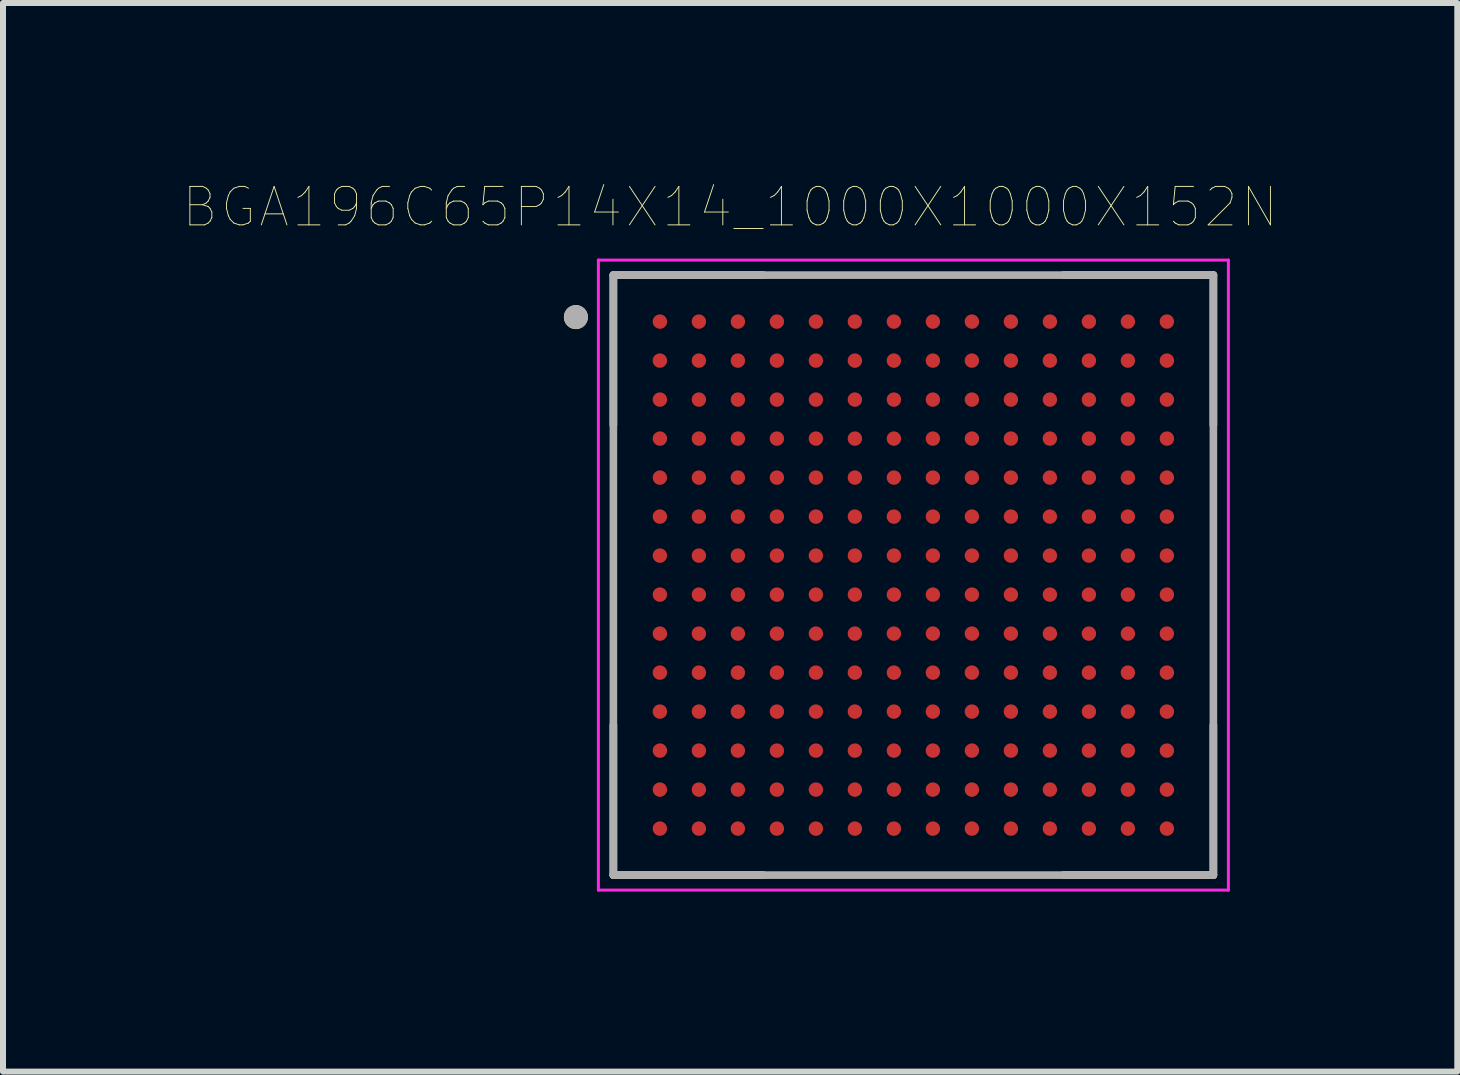
<source format=kicad_pcb>
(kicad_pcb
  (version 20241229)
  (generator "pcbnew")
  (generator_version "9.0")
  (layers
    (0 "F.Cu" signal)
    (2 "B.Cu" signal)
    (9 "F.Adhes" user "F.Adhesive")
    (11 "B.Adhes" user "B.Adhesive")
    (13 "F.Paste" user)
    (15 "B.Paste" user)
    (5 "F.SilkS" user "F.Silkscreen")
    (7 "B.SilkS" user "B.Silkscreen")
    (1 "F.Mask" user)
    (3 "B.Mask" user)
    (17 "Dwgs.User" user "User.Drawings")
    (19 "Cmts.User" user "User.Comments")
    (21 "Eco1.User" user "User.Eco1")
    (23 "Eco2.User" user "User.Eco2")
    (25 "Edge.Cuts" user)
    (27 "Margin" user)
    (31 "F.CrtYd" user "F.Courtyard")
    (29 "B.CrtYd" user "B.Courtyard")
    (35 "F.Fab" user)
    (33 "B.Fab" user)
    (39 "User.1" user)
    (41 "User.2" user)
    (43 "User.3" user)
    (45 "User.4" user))
  (footprint "BGA196C65P14X14_1000X1000X152N"
    (layer "F.Cu")
    (at 12.173 6.535)
    (property "Reference" "BGA196C65P14X14_1000X1000X152N" (at -3.054 -6.133 0) (layer "F.SilkS") (effects (font (size 0.641 0.641) (thickness 0.015))))
    (attr through_hole)
    (fp_line (start -5 -5) (end -5 -2.5) (stroke (width 0.127) (type solid)) (layer "F.SilkS"))
    (fp_line (start -5 -5) (end -2.5 -5) (stroke (width 0.127) (type solid)) (layer "F.SilkS"))
    (fp_line (start -5 5) (end -5 2.5) (stroke (width 0.127) (type solid)) (layer "F.SilkS"))
    (fp_line (start -2.5 5) (end -5 5) (stroke (width 0.127) (type solid)) (layer "F.SilkS"))
    (fp_line (start 2.5 -5) (end 5 -5) (stroke (width 0.127) (type solid)) (layer "F.SilkS"))
    (fp_line (start 5 -5) (end 5 -2.5) (stroke (width 0.127) (type solid)) (layer "F.SilkS"))
    (fp_line (start 5 2.5) (end 5 5) (stroke (width 0.127) (type solid)) (layer "F.SilkS"))
    (fp_line (start 5 5) (end 2.5 5) (stroke (width 0.127) (type solid)) (layer "F.SilkS"))
    (fp_circle (center -5.625 -4.3) (end -5.525 -4.3) (stroke (width 0.2) (type solid)) (fill no) (layer "F.SilkS"))
    (fp_line (start -5.25 -5.25) (end -5.25 5.25) (stroke (width 0.05) (type solid)) (layer "F.CrtYd"))
    (fp_line (start -5.25 5.25) (end 5.25 5.25) (stroke (width 0.05) (type solid)) (layer "F.CrtYd"))
    (fp_line (start 5.25 -5.25) (end -5.25 -5.25) (stroke (width 0.05) (type solid)) (layer "F.CrtYd"))
    (fp_line (start 5.25 5.25) (end 5.25 -5.25) (stroke (width 0.05) (type solid)) (layer "F.CrtYd"))
    (fp_line (start -5 -5) (end 5 -5) (stroke (width 0.127) (type solid)) (layer "F.Fab"))
    (fp_line (start -5 5) (end -5 -5) (stroke (width 0.127) (type solid)) (layer "F.Fab"))
    (fp_line (start 5 -5) (end 5 5) (stroke (width 0.127) (type solid)) (layer "F.Fab"))
    (fp_line (start 5 5) (end -5 5) (stroke (width 0.127) (type solid)) (layer "F.Fab"))
    (fp_circle (center -5.625 -4.3) (end -5.525 -4.3) (stroke (width 0.2) (type solid)) (fill no) (layer "F.Fab"))
    (pad "A1" smd circle (at -4.225 -4.225) (size 0.24 0.24) (layers "F.Cu" "F.Mask" "F.Paste"))
    (pad "A2" smd circle (at -3.575 -4.225) (size 0.24 0.24) (layers "F.Cu" "F.Mask" "F.Paste"))
    (pad "A3" smd circle (at -2.925 -4.225) (size 0.24 0.24) (layers "F.Cu" "F.Mask" "F.Paste"))
    (pad "A4" smd circle (at -2.275 -4.225) (size 0.24 0.24) (layers "F.Cu" "F.Mask" "F.Paste"))
    (pad "A5" smd circle (at -1.625 -4.225) (size 0.24 0.24) (layers "F.Cu" "F.Mask" "F.Paste"))
    (pad "A6" smd circle (at -0.975 -4.225) (size 0.24 0.24) (layers "F.Cu" "F.Mask" "F.Paste"))
    (pad "A7" smd circle (at -0.325 -4.225) (size 0.24 0.24) (layers "F.Cu" "F.Mask" "F.Paste"))
    (pad "A8" smd circle (at 0.325 -4.225) (size 0.24 0.24) (layers "F.Cu" "F.Mask" "F.Paste"))
    (pad "A9" smd circle (at 0.975 -4.225) (size 0.24 0.24) (layers "F.Cu" "F.Mask" "F.Paste"))
    (pad "A10" smd circle (at 1.625 -4.225) (size 0.24 0.24) (layers "F.Cu" "F.Mask" "F.Paste"))
    (pad "A11" smd circle (at 2.275 -4.225) (size 0.24 0.24) (layers "F.Cu" "F.Mask" "F.Paste"))
    (pad "A12" smd circle (at 2.925 -4.225) (size 0.24 0.24) (layers "F.Cu" "F.Mask" "F.Paste"))
    (pad "A13" smd circle (at 3.575 -4.225) (size 0.24 0.24) (layers "F.Cu" "F.Mask" "F.Paste"))
    (pad "A14" smd circle (at 4.225 -4.225) (size 0.24 0.24) (layers "F.Cu" "F.Mask" "F.Paste"))
    (pad "B1" smd circle (at -4.225 -3.575) (size 0.24 0.24) (layers "F.Cu" "F.Mask" "F.Paste"))
    (pad "B2" smd circle (at -3.575 -3.575) (size 0.24 0.24) (layers "F.Cu" "F.Mask" "F.Paste"))
    (pad "B3" smd circle (at -2.925 -3.575) (size 0.24 0.24) (layers "F.Cu" "F.Mask" "F.Paste"))
    (pad "B4" smd circle (at -2.275 -3.575) (size 0.24 0.24) (layers "F.Cu" "F.Mask" "F.Paste"))
    (pad "B5" smd circle (at -1.625 -3.575) (size 0.24 0.24) (layers "F.Cu" "F.Mask" "F.Paste"))
    (pad "B6" smd circle (at -0.975 -3.575) (size 0.24 0.24) (layers "F.Cu" "F.Mask" "F.Paste"))
    (pad "B7" smd circle (at -0.325 -3.575) (size 0.24 0.24) (layers "F.Cu" "F.Mask" "F.Paste"))
    (pad "B8" smd circle (at 0.325 -3.575) (size 0.24 0.24) (layers "F.Cu" "F.Mask" "F.Paste"))
    (pad "B9" smd circle (at 0.975 -3.575) (size 0.24 0.24) (layers "F.Cu" "F.Mask" "F.Paste"))
    (pad "B10" smd circle (at 1.625 -3.575) (size 0.24 0.24) (layers "F.Cu" "F.Mask" "F.Paste"))
    (pad "B11" smd circle (at 2.275 -3.575) (size 0.24 0.24) (layers "F.Cu" "F.Mask" "F.Paste"))
    (pad "B12" smd circle (at 2.925 -3.575) (size 0.24 0.24) (layers "F.Cu" "F.Mask" "F.Paste"))
    (pad "B13" smd circle (at 3.575 -3.575) (size 0.24 0.24) (layers "F.Cu" "F.Mask" "F.Paste"))
    (pad "B14" smd circle (at 4.225 -3.575) (size 0.24 0.24) (layers "F.Cu" "F.Mask" "F.Paste"))
    (pad "C1" smd circle (at -4.225 -2.925) (size 0.24 0.24) (layers "F.Cu" "F.Mask" "F.Paste"))
    (pad "C2" smd circle (at -3.575 -2.925) (size 0.24 0.24) (layers "F.Cu" "F.Mask" "F.Paste"))
    (pad "C3" smd circle (at -2.925 -2.925) (size 0.24 0.24) (layers "F.Cu" "F.Mask" "F.Paste"))
    (pad "C4" smd circle (at -2.275 -2.925) (size 0.24 0.24) (layers "F.Cu" "F.Mask" "F.Paste"))
    (pad "C5" smd circle (at -1.625 -2.925) (size 0.24 0.24) (layers "F.Cu" "F.Mask" "F.Paste"))
    (pad "C6" smd circle (at -0.975 -2.925) (size 0.24 0.24) (layers "F.Cu" "F.Mask" "F.Paste"))
    (pad "C7" smd circle (at -0.325 -2.925) (size 0.24 0.24) (layers "F.Cu" "F.Mask" "F.Paste"))
    (pad "C8" smd circle (at 0.325 -2.925) (size 0.24 0.24) (layers "F.Cu" "F.Mask" "F.Paste"))
    (pad "C9" smd circle (at 0.975 -2.925) (size 0.24 0.24) (layers "F.Cu" "F.Mask" "F.Paste"))
    (pad "C10" smd circle (at 1.625 -2.925) (size 0.24 0.24) (layers "F.Cu" "F.Mask" "F.Paste"))
    (pad "C11" smd circle (at 2.275 -2.925) (size 0.24 0.24) (layers "F.Cu" "F.Mask" "F.Paste"))
    (pad "C12" smd circle (at 2.925 -2.925) (size 0.24 0.24) (layers "F.Cu" "F.Mask" "F.Paste"))
    (pad "C13" smd circle (at 3.575 -2.925) (size 0.24 0.24) (layers "F.Cu" "F.Mask" "F.Paste"))
    (pad "C14" smd circle (at 4.225 -2.925) (size 0.24 0.24) (layers "F.Cu" "F.Mask" "F.Paste"))
    (pad "D1" smd circle (at -4.225 -2.275) (size 0.24 0.24) (layers "F.Cu" "F.Mask" "F.Paste"))
    (pad "D2" smd circle (at -3.575 -2.275) (size 0.24 0.24) (layers "F.Cu" "F.Mask" "F.Paste"))
    (pad "D3" smd circle (at -2.925 -2.275) (size 0.24 0.24) (layers "F.Cu" "F.Mask" "F.Paste"))
    (pad "D4" smd circle (at -2.275 -2.275) (size 0.24 0.24) (layers "F.Cu" "F.Mask" "F.Paste"))
    (pad "D5" smd circle (at -1.625 -2.275) (size 0.24 0.24) (layers "F.Cu" "F.Mask" "F.Paste"))
    (pad "D6" smd circle (at -0.975 -2.275) (size 0.24 0.24) (layers "F.Cu" "F.Mask" "F.Paste"))
    (pad "D7" smd circle (at -0.325 -2.275) (size 0.24 0.24) (layers "F.Cu" "F.Mask" "F.Paste"))
    (pad "D8" smd circle (at 0.325 -2.275) (size 0.24 0.24) (layers "F.Cu" "F.Mask" "F.Paste"))
    (pad "D9" smd circle (at 0.975 -2.275) (size 0.24 0.24) (layers "F.Cu" "F.Mask" "F.Paste"))
    (pad "D10" smd circle (at 1.625 -2.275) (size 0.24 0.24) (layers "F.Cu" "F.Mask" "F.Paste"))
    (pad "D11" smd circle (at 2.275 -2.275) (size 0.24 0.24) (layers "F.Cu" "F.Mask" "F.Paste"))
    (pad "D12" smd circle (at 2.925 -2.275) (size 0.24 0.24) (layers "F.Cu" "F.Mask" "F.Paste"))
    (pad "D13" smd circle (at 3.575 -2.275) (size 0.24 0.24) (layers "F.Cu" "F.Mask" "F.Paste"))
    (pad "D14" smd circle (at 4.225 -2.275) (size 0.24 0.24) (layers "F.Cu" "F.Mask" "F.Paste"))
    (pad "E1" smd circle (at -4.225 -1.625) (size 0.24 0.24) (layers "F.Cu" "F.Mask" "F.Paste"))
    (pad "E2" smd circle (at -3.575 -1.625) (size 0.24 0.24) (layers "F.Cu" "F.Mask" "F.Paste"))
    (pad "E3" smd circle (at -2.925 -1.625) (size 0.24 0.24) (layers "F.Cu" "F.Mask" "F.Paste"))
    (pad "E4" smd circle (at -2.275 -1.625) (size 0.24 0.24) (layers "F.Cu" "F.Mask" "F.Paste"))
    (pad "E5" smd circle (at -1.625 -1.625) (size 0.24 0.24) (layers "F.Cu" "F.Mask" "F.Paste"))
    (pad "E6" smd circle (at -0.975 -1.625) (size 0.24 0.24) (layers "F.Cu" "F.Mask" "F.Paste"))
    (pad "E7" smd circle (at -0.325 -1.625) (size 0.24 0.24) (layers "F.Cu" "F.Mask" "F.Paste"))
    (pad "E8" smd circle (at 0.325 -1.625) (size 0.24 0.24) (layers "F.Cu" "F.Mask" "F.Paste"))
    (pad "E9" smd circle (at 0.975 -1.625) (size 0.24 0.24) (layers "F.Cu" "F.Mask" "F.Paste"))
    (pad "E10" smd circle (at 1.625 -1.625) (size 0.24 0.24) (layers "F.Cu" "F.Mask" "F.Paste"))
    (pad "E11" smd circle (at 2.275 -1.625) (size 0.24 0.24) (layers "F.Cu" "F.Mask" "F.Paste"))
    (pad "E12" smd circle (at 2.925 -1.625) (size 0.24 0.24) (layers "F.Cu" "F.Mask" "F.Paste"))
    (pad "E13" smd circle (at 3.575 -1.625) (size 0.24 0.24) (layers "F.Cu" "F.Mask" "F.Paste"))
    (pad "E14" smd circle (at 4.225 -1.625) (size 0.24 0.24) (layers "F.Cu" "F.Mask" "F.Paste"))
    (pad "F1" smd circle (at -4.225 -0.975) (size 0.24 0.24) (layers "F.Cu" "F.Mask" "F.Paste"))
    (pad "F2" smd circle (at -3.575 -0.975) (size 0.24 0.24) (layers "F.Cu" "F.Mask" "F.Paste"))
    (pad "F3" smd circle (at -2.925 -0.975) (size 0.24 0.24) (layers "F.Cu" "F.Mask" "F.Paste"))
    (pad "F4" smd circle (at -2.275 -0.975) (size 0.24 0.24) (layers "F.Cu" "F.Mask" "F.Paste"))
    (pad "F5" smd circle (at -1.625 -0.975) (size 0.24 0.24) (layers "F.Cu" "F.Mask" "F.Paste"))
    (pad "F6" smd circle (at -0.975 -0.975) (size 0.24 0.24) (layers "F.Cu" "F.Mask" "F.Paste"))
    (pad "F7" smd circle (at -0.325 -0.975) (size 0.24 0.24) (layers "F.Cu" "F.Mask" "F.Paste"))
    (pad "F8" smd circle (at 0.325 -0.975) (size 0.24 0.24) (layers "F.Cu" "F.Mask" "F.Paste"))
    (pad "F9" smd circle (at 0.975 -0.975) (size 0.24 0.24) (layers "F.Cu" "F.Mask" "F.Paste"))
    (pad "F10" smd circle (at 1.625 -0.975) (size 0.24 0.24) (layers "F.Cu" "F.Mask" "F.Paste"))
    (pad "F11" smd circle (at 2.275 -0.975) (size 0.24 0.24) (layers "F.Cu" "F.Mask" "F.Paste"))
    (pad "F12" smd circle (at 2.925 -0.975) (size 0.24 0.24) (layers "F.Cu" "F.Mask" "F.Paste"))
    (pad "F13" smd circle (at 3.575 -0.975) (size 0.24 0.24) (layers "F.Cu" "F.Mask" "F.Paste"))
    (pad "F14" smd circle (at 4.225 -0.975) (size 0.24 0.24) (layers "F.Cu" "F.Mask" "F.Paste"))
    (pad "G1" smd circle (at -4.225 -0.325) (size 0.24 0.24) (layers "F.Cu" "F.Mask" "F.Paste"))
    (pad "G2" smd circle (at -3.575 -0.325) (size 0.24 0.24) (layers "F.Cu" "F.Mask" "F.Paste"))
    (pad "G3" smd circle (at -2.925 -0.325) (size 0.24 0.24) (layers "F.Cu" "F.Mask" "F.Paste"))
    (pad "G4" smd circle (at -2.275 -0.325) (size 0.24 0.24) (layers "F.Cu" "F.Mask" "F.Paste"))
    (pad "G5" smd circle (at -1.625 -0.325) (size 0.24 0.24) (layers "F.Cu" "F.Mask" "F.Paste"))
    (pad "G6" smd circle (at -0.975 -0.325) (size 0.24 0.24) (layers "F.Cu" "F.Mask" "F.Paste"))
    (pad "G7" smd circle (at -0.325 -0.325) (size 0.24 0.24) (layers "F.Cu" "F.Mask" "F.Paste"))
    (pad "G8" smd circle (at 0.325 -0.325) (size 0.24 0.24) (layers "F.Cu" "F.Mask" "F.Paste"))
    (pad "G9" smd circle (at 0.975 -0.325) (size 0.24 0.24) (layers "F.Cu" "F.Mask" "F.Paste"))
    (pad "G10" smd circle (at 1.625 -0.325) (size 0.24 0.24) (layers "F.Cu" "F.Mask" "F.Paste"))
    (pad "G11" smd circle (at 2.275 -0.325) (size 0.24 0.24) (layers "F.Cu" "F.Mask" "F.Paste"))
    (pad "G12" smd circle (at 2.925 -0.325) (size 0.24 0.24) (layers "F.Cu" "F.Mask" "F.Paste"))
    (pad "G13" smd circle (at 3.575 -0.325) (size 0.24 0.24) (layers "F.Cu" "F.Mask" "F.Paste"))
    (pad "G14" smd circle (at 4.225 -0.325) (size 0.24 0.24) (layers "F.Cu" "F.Mask" "F.Paste"))
    (pad "H1" smd circle (at -4.225 0.325) (size 0.24 0.24) (layers "F.Cu" "F.Mask" "F.Paste"))
    (pad "H2" smd circle (at -3.575 0.325) (size 0.24 0.24) (layers "F.Cu" "F.Mask" "F.Paste"))
    (pad "H3" smd circle (at -2.925 0.325) (size 0.24 0.24) (layers "F.Cu" "F.Mask" "F.Paste"))
    (pad "H4" smd circle (at -2.275 0.325) (size 0.24 0.24) (layers "F.Cu" "F.Mask" "F.Paste"))
    (pad "H5" smd circle (at -1.625 0.325) (size 0.24 0.24) (layers "F.Cu" "F.Mask" "F.Paste"))
    (pad "H6" smd circle (at -0.975 0.325) (size 0.24 0.24) (layers "F.Cu" "F.Mask" "F.Paste"))
    (pad "H7" smd circle (at -0.325 0.325) (size 0.24 0.24) (layers "F.Cu" "F.Mask" "F.Paste"))
    (pad "H8" smd circle (at 0.325 0.325) (size 0.24 0.24) (layers "F.Cu" "F.Mask" "F.Paste"))
    (pad "H9" smd circle (at 0.975 0.325) (size 0.24 0.24) (layers "F.Cu" "F.Mask" "F.Paste"))
    (pad "H10" smd circle (at 1.625 0.325) (size 0.24 0.24) (layers "F.Cu" "F.Mask" "F.Paste"))
    (pad "H11" smd circle (at 2.275 0.325) (size 0.24 0.24) (layers "F.Cu" "F.Mask" "F.Paste"))
    (pad "H12" smd circle (at 2.925 0.325) (size 0.24 0.24) (layers "F.Cu" "F.Mask" "F.Paste"))
    (pad "H13" smd circle (at 3.575 0.325) (size 0.24 0.24) (layers "F.Cu" "F.Mask" "F.Paste"))
    (pad "H14" smd circle (at 4.225 0.325) (size 0.24 0.24) (layers "F.Cu" "F.Mask" "F.Paste"))
    (pad "J1" smd circle (at -4.225 0.975) (size 0.24 0.24) (layers "F.Cu" "F.Mask" "F.Paste"))
    (pad "J2" smd circle (at -3.575 0.975) (size 0.24 0.24) (layers "F.Cu" "F.Mask" "F.Paste"))
    (pad "J3" smd circle (at -2.925 0.975) (size 0.24 0.24) (layers "F.Cu" "F.Mask" "F.Paste"))
    (pad "J4" smd circle (at -2.275 0.975) (size 0.24 0.24) (layers "F.Cu" "F.Mask" "F.Paste"))
    (pad "J5" smd circle (at -1.625 0.975) (size 0.24 0.24) (layers "F.Cu" "F.Mask" "F.Paste"))
    (pad "J6" smd circle (at -0.975 0.975) (size 0.24 0.24) (layers "F.Cu" "F.Mask" "F.Paste"))
    (pad "J7" smd circle (at -0.325 0.975) (size 0.24 0.24) (layers "F.Cu" "F.Mask" "F.Paste"))
    (pad "J8" smd circle (at 0.325 0.975) (size 0.24 0.24) (layers "F.Cu" "F.Mask" "F.Paste"))
    (pad "J9" smd circle (at 0.975 0.975) (size 0.24 0.24) (layers "F.Cu" "F.Mask" "F.Paste"))
    (pad "J10" smd circle (at 1.625 0.975) (size 0.24 0.24) (layers "F.Cu" "F.Mask" "F.Paste"))
    (pad "J11" smd circle (at 2.275 0.975) (size 0.24 0.24) (layers "F.Cu" "F.Mask" "F.Paste"))
    (pad "J12" smd circle (at 2.925 0.975) (size 0.24 0.24) (layers "F.Cu" "F.Mask" "F.Paste"))
    (pad "J13" smd circle (at 3.575 0.975) (size 0.24 0.24) (layers "F.Cu" "F.Mask" "F.Paste"))
    (pad "J14" smd circle (at 4.225 0.975) (size 0.24 0.24) (layers "F.Cu" "F.Mask" "F.Paste"))
    (pad "K1" smd circle (at -4.225 1.625) (size 0.24 0.24) (layers "F.Cu" "F.Mask" "F.Paste"))
    (pad "K2" smd circle (at -3.575 1.625) (size 0.24 0.24) (layers "F.Cu" "F.Mask" "F.Paste"))
    (pad "K3" smd circle (at -2.925 1.625) (size 0.24 0.24) (layers "F.Cu" "F.Mask" "F.Paste"))
    (pad "K4" smd circle (at -2.275 1.625) (size 0.24 0.24) (layers "F.Cu" "F.Mask" "F.Paste"))
    (pad "K5" smd circle (at -1.625 1.625) (size 0.24 0.24) (layers "F.Cu" "F.Mask" "F.Paste"))
    (pad "K6" smd circle (at -0.975 1.625) (size 0.24 0.24) (layers "F.Cu" "F.Mask" "F.Paste"))
    (pad "K7" smd circle (at -0.325 1.625) (size 0.24 0.24) (layers "F.Cu" "F.Mask" "F.Paste"))
    (pad "K8" smd circle (at 0.325 1.625) (size 0.24 0.24) (layers "F.Cu" "F.Mask" "F.Paste"))
    (pad "K9" smd circle (at 0.975 1.625) (size 0.24 0.24) (layers "F.Cu" "F.Mask" "F.Paste"))
    (pad "K10" smd circle (at 1.625 1.625) (size 0.24 0.24) (layers "F.Cu" "F.Mask" "F.Paste"))
    (pad "K11" smd circle (at 2.275 1.625) (size 0.24 0.24) (layers "F.Cu" "F.Mask" "F.Paste"))
    (pad "K12" smd circle (at 2.925 1.625) (size 0.24 0.24) (layers "F.Cu" "F.Mask" "F.Paste"))
    (pad "K13" smd circle (at 3.575 1.625) (size 0.24 0.24) (layers "F.Cu" "F.Mask" "F.Paste"))
    (pad "K14" smd circle (at 4.225 1.625) (size 0.24 0.24) (layers "F.Cu" "F.Mask" "F.Paste"))
    (pad "L1" smd circle (at -4.225 2.275) (size 0.24 0.24) (layers "F.Cu" "F.Mask" "F.Paste"))
    (pad "L2" smd circle (at -3.575 2.275) (size 0.24 0.24) (layers "F.Cu" "F.Mask" "F.Paste"))
    (pad "L3" smd circle (at -2.925 2.275) (size 0.24 0.24) (layers "F.Cu" "F.Mask" "F.Paste"))
    (pad "L4" smd circle (at -2.275 2.275) (size 0.24 0.24) (layers "F.Cu" "F.Mask" "F.Paste"))
    (pad "L5" smd circle (at -1.625 2.275) (size 0.24 0.24) (layers "F.Cu" "F.Mask" "F.Paste"))
    (pad "L6" smd circle (at -0.975 2.275) (size 0.24 0.24) (layers "F.Cu" "F.Mask" "F.Paste"))
    (pad "L7" smd circle (at -0.325 2.275) (size 0.24 0.24) (layers "F.Cu" "F.Mask" "F.Paste"))
    (pad "L8" smd circle (at 0.325 2.275) (size 0.24 0.24) (layers "F.Cu" "F.Mask" "F.Paste"))
    (pad "L9" smd circle (at 0.975 2.275) (size 0.24 0.24) (layers "F.Cu" "F.Mask" "F.Paste"))
    (pad "L10" smd circle (at 1.625 2.275) (size 0.24 0.24) (layers "F.Cu" "F.Mask" "F.Paste"))
    (pad "L11" smd circle (at 2.275 2.275) (size 0.24 0.24) (layers "F.Cu" "F.Mask" "F.Paste"))
    (pad "L12" smd circle (at 2.925 2.275) (size 0.24 0.24) (layers "F.Cu" "F.Mask" "F.Paste"))
    (pad "L13" smd circle (at 3.575 2.275) (size 0.24 0.24) (layers "F.Cu" "F.Mask" "F.Paste"))
    (pad "L14" smd circle (at 4.225 2.275) (size 0.24 0.24) (layers "F.Cu" "F.Mask" "F.Paste"))
    (pad "M1" smd circle (at -4.225 2.925) (size 0.24 0.24) (layers "F.Cu" "F.Mask" "F.Paste"))
    (pad "M2" smd circle (at -3.575 2.925) (size 0.24 0.24) (layers "F.Cu" "F.Mask" "F.Paste"))
    (pad "M3" smd circle (at -2.925 2.925) (size 0.24 0.24) (layers "F.Cu" "F.Mask" "F.Paste"))
    (pad "M4" smd circle (at -2.275 2.925) (size 0.24 0.24) (layers "F.Cu" "F.Mask" "F.Paste"))
    (pad "M5" smd circle (at -1.625 2.925) (size 0.24 0.24) (layers "F.Cu" "F.Mask" "F.Paste"))
    (pad "M6" smd circle (at -0.975 2.925) (size 0.24 0.24) (layers "F.Cu" "F.Mask" "F.Paste"))
    (pad "M7" smd circle (at -0.325 2.925) (size 0.24 0.24) (layers "F.Cu" "F.Mask" "F.Paste"))
    (pad "M8" smd circle (at 0.325 2.925) (size 0.24 0.24) (layers "F.Cu" "F.Mask" "F.Paste"))
    (pad "M9" smd circle (at 0.975 2.925) (size 0.24 0.24) (layers "F.Cu" "F.Mask" "F.Paste"))
    (pad "M10" smd circle (at 1.625 2.925) (size 0.24 0.24) (layers "F.Cu" "F.Mask" "F.Paste"))
    (pad "M11" smd circle (at 2.275 2.925) (size 0.24 0.24) (layers "F.Cu" "F.Mask" "F.Paste"))
    (pad "M12" smd circle (at 2.925 2.925) (size 0.24 0.24) (layers "F.Cu" "F.Mask" "F.Paste"))
    (pad "M13" smd circle (at 3.575 2.925) (size 0.24 0.24) (layers "F.Cu" "F.Mask" "F.Paste"))
    (pad "M14" smd circle (at 4.225 2.925) (size 0.24 0.24) (layers "F.Cu" "F.Mask" "F.Paste"))
    (pad "N1" smd circle (at -4.225 3.575) (size 0.24 0.24) (layers "F.Cu" "F.Mask" "F.Paste"))
    (pad "N2" smd circle (at -3.575 3.575) (size 0.24 0.24) (layers "F.Cu" "F.Mask" "F.Paste"))
    (pad "N3" smd circle (at -2.925 3.575) (size 0.24 0.24) (layers "F.Cu" "F.Mask" "F.Paste"))
    (pad "N4" smd circle (at -2.275 3.575) (size 0.24 0.24) (layers "F.Cu" "F.Mask" "F.Paste"))
    (pad "N5" smd circle (at -1.625 3.575) (size 0.24 0.24) (layers "F.Cu" "F.Mask" "F.Paste"))
    (pad "N6" smd circle (at -0.975 3.575) (size 0.24 0.24) (layers "F.Cu" "F.Mask" "F.Paste"))
    (pad "N7" smd circle (at -0.325 3.575) (size 0.24 0.24) (layers "F.Cu" "F.Mask" "F.Paste"))
    (pad "N8" smd circle (at 0.325 3.575) (size 0.24 0.24) (layers "F.Cu" "F.Mask" "F.Paste"))
    (pad "N9" smd circle (at 0.975 3.575) (size 0.24 0.24) (layers "F.Cu" "F.Mask" "F.Paste"))
    (pad "N10" smd circle (at 1.625 3.575) (size 0.24 0.24) (layers "F.Cu" "F.Mask" "F.Paste"))
    (pad "N11" smd circle (at 2.275 3.575) (size 0.24 0.24) (layers "F.Cu" "F.Mask" "F.Paste"))
    (pad "N12" smd circle (at 2.925 3.575) (size 0.24 0.24) (layers "F.Cu" "F.Mask" "F.Paste"))
    (pad "N13" smd circle (at 3.575 3.575) (size 0.24 0.24) (layers "F.Cu" "F.Mask" "F.Paste"))
    (pad "N14" smd circle (at 4.225 3.575) (size 0.24 0.24) (layers "F.Cu" "F.Mask" "F.Paste"))
    (pad "P1" smd circle (at -4.225 4.225) (size 0.24 0.24) (layers "F.Cu" "F.Mask" "F.Paste"))
    (pad "P2" smd circle (at -3.575 4.225) (size 0.24 0.24) (layers "F.Cu" "F.Mask" "F.Paste"))
    (pad "P3" smd circle (at -2.925 4.225) (size 0.24 0.24) (layers "F.Cu" "F.Mask" "F.Paste"))
    (pad "P4" smd circle (at -2.275 4.225) (size 0.24 0.24) (layers "F.Cu" "F.Mask" "F.Paste"))
    (pad "P5" smd circle (at -1.625 4.225) (size 0.24 0.24) (layers "F.Cu" "F.Mask" "F.Paste"))
    (pad "P6" smd circle (at -0.975 4.225) (size 0.24 0.24) (layers "F.Cu" "F.Mask" "F.Paste"))
    (pad "P7" smd circle (at -0.325 4.225) (size 0.24 0.24) (layers "F.Cu" "F.Mask" "F.Paste"))
    (pad "P8" smd circle (at 0.325 4.225) (size 0.24 0.24) (layers "F.Cu" "F.Mask" "F.Paste"))
    (pad "P9" smd circle (at 0.975 4.225) (size 0.24 0.24) (layers "F.Cu" "F.Mask" "F.Paste"))
    (pad "P10" smd circle (at 1.625 4.225) (size 0.24 0.24) (layers "F.Cu" "F.Mask" "F.Paste"))
    (pad "P11" smd circle (at 2.275 4.225) (size 0.24 0.24) (layers "F.Cu" "F.Mask" "F.Paste"))
    (pad "P12" smd circle (at 2.925 4.225) (size 0.24 0.24) (layers "F.Cu" "F.Mask" "F.Paste"))
    (pad "P13" smd circle (at 3.575 4.225) (size 0.24 0.24) (layers "F.Cu" "F.Mask" "F.Paste"))
    (pad "P14" smd circle (at 4.225 4.225) (size 0.24 0.24) (layers "F.Cu" "F.Mask" "F.Paste")))
  (gr_rect
    (start -3 -3)
    (end 21.238 14.81)
    (stroke (width 0.1) (type default))
    (fill no)
    (layer "Edge.Cuts")))
</source>
